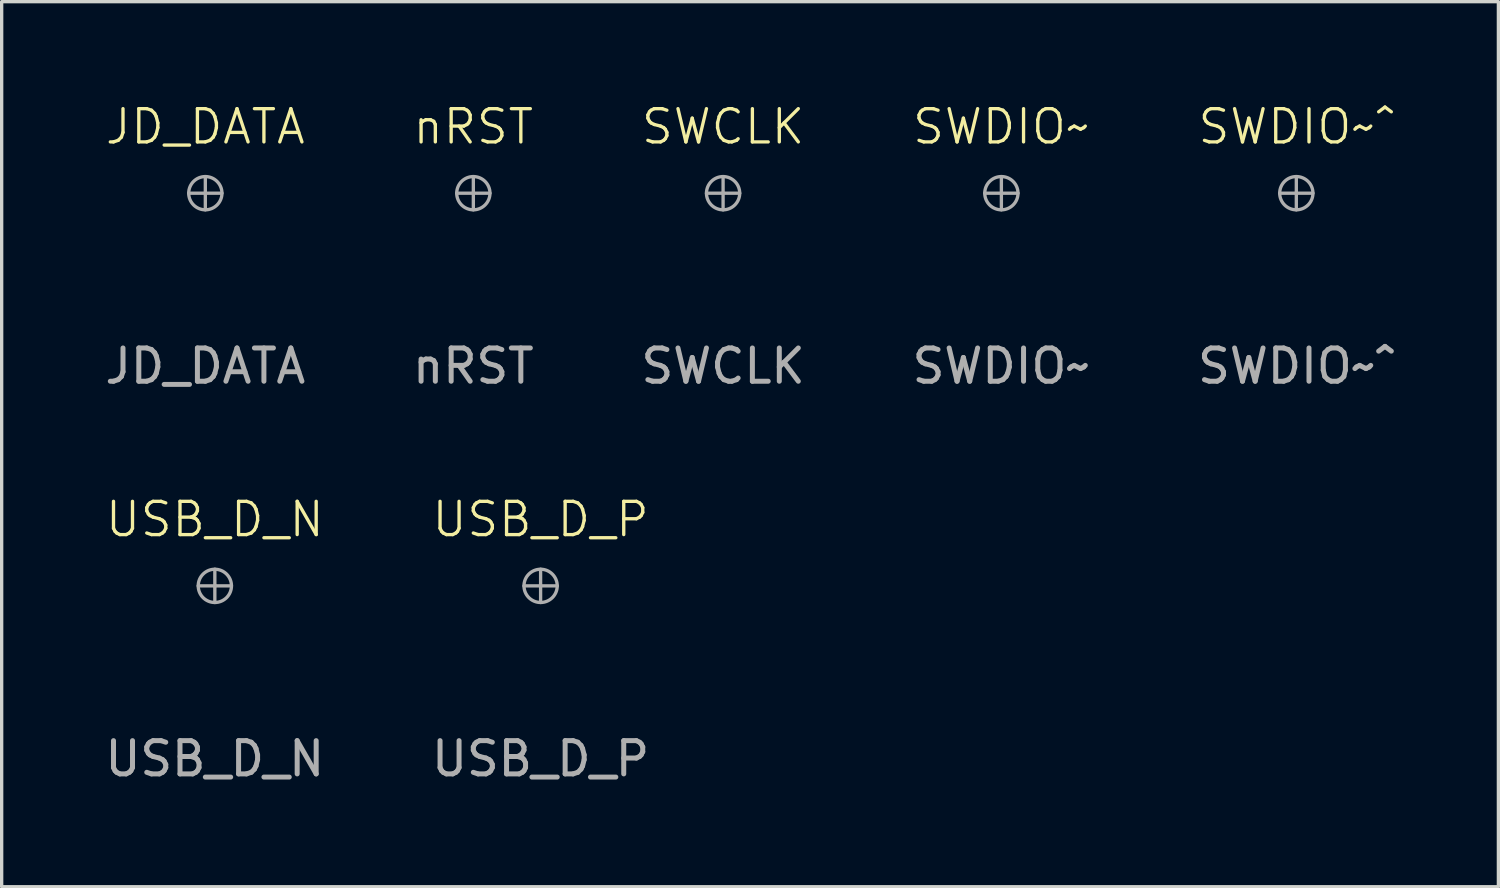
<source format=kicad_pcb>
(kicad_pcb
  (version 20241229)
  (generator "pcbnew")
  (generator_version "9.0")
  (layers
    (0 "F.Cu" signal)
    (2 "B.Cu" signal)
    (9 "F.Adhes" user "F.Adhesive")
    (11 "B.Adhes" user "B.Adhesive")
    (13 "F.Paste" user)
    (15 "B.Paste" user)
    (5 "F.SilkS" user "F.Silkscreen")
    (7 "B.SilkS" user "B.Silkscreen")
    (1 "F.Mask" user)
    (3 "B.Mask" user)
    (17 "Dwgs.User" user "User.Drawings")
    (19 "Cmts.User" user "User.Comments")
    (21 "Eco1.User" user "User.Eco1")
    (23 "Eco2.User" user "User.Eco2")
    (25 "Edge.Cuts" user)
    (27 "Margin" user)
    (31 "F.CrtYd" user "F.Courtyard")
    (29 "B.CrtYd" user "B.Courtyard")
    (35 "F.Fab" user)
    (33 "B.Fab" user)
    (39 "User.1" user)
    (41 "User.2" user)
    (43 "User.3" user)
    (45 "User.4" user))
  (footprint "USB_D_N"
    (layer "F.Cu")
    (at 3.411 14.569)
    (property "Reference" "USB_D_N" (at 0 -2 0) (unlocked yes) (layer "F.SilkS") (effects (font (size 1 1) (thickness 0.1))))
    (attr exclude_from_pos_files exclude_from_bom allow_missing_courtyard dnp)
    (fp_line (start -0.5 0) (end 0.5 0) (stroke (width 0.1) (type solid)) (layer "F.Fab"))
    (fp_line (start 0 -0.5) (end 0 0.5) (stroke (width 0.1) (type solid)) (layer "F.Fab"))
    (fp_circle (center 0 0) (end 0.5 0) (stroke (width 0.1) (type solid)) (fill no) (layer "F.Fab"))
    (fp_line (start 0 0) (end 0 0) (stroke (width 0.19) (type solid)) (layer "User.1"))
    (fp_text user "${REFERENCE}" (at 0 5.2 0) (unlocked yes) (layer "F.Fab") (effects (font (size 1 1) (thickness 0.15))))
    (pad "1" smd circle (at 0 0) (size 0.125 0.125) (layers "F.Cu"))
    (zone (net_name "") (layers "F.Cu" "B.Cu") (hatch edge 0.5) (connect_pads) (min_thickness 0.25) (filled_areas_thickness no) (keepout (tracks allowed) (vias not_allowed) (pads allowed) (copperpour not_allowed) (footprints allowed)) (placement (enabled no)) (fill) (polygon (pts (xy 3.906 14.5) (xy 3.873 14.374) (xy 3.807 14.261) (xy 3.715 14.168) (xy 3.602 14.103) (xy 3.476 14.069) (xy 3.345 14.069) (xy 3.219 14.103) (xy 3.106 14.168) (xy 3.014 14.261) (xy 2.949 14.374) (xy 2.915 14.5) (xy 2.915 14.63) (xy 2.949 14.756) (xy 3.014 14.869) (xy 3.106 14.962) (xy 3.219 15.027) (xy 3.345 15.061) (xy 3.476 15.061) (xy 3.602 15.027) (xy 3.715 14.962) (xy 3.807 14.869) (xy 3.873 14.756) (xy 3.906 14.63)))))
  (footprint "JD_DATA"
    (layer "F.Cu")
    (at 3.125 2.76)
    (property "Reference" "JD_DATA" (at 0 -2 0) (unlocked yes) (layer "F.SilkS") (effects (font (size 1 1) (thickness 0.1))))
    (attr exclude_from_pos_files exclude_from_bom allow_missing_courtyard dnp)
    (fp_line (start -0.5 0) (end 0.5 0) (stroke (width 0.1) (type solid)) (layer "F.Fab"))
    (fp_line (start 0 -0.5) (end 0 0.5) (stroke (width 0.1) (type solid)) (layer "F.Fab"))
    (fp_circle (center 0 0) (end 0.5 0) (stroke (width 0.1) (type solid)) (fill no) (layer "F.Fab"))
    (fp_line (start 0 0) (end 0 0) (stroke (width 0.13) (type solid)) (layer "User.1"))
    (fp_text user "${REFERENCE}" (at 0 5.2 0) (unlocked yes) (layer "F.Fab") (effects (font (size 1 1) (thickness 0.15))))
    (pad "1" smd circle (at 0 0) (size 0.125 0.125) (layers "F.Cu"))
    (zone (net_name "") (layers "F.Cu" "B.Cu") (hatch edge 0.5) (connect_pads) (min_thickness 0.25) (filled_areas_thickness no) (keepout (tracks allowed) (vias not_allowed) (pads allowed) (copperpour not_allowed) (footprints allowed)) (placement (enabled no)) (fill) (polygon (pts (xy 3.621 2.691) (xy 3.587 2.565) (xy 3.522 2.452) (xy 3.429 2.36) (xy 3.316 2.294) (xy 3.19 2.26) (xy 3.06 2.26) (xy 2.934 2.294) (xy 2.821 2.36) (xy 2.728 2.452) (xy 2.663 2.565) (xy 2.629 2.691) (xy 2.629 2.821) (xy 2.663 2.948) (xy 2.728 3.061) (xy 2.821 3.153) (xy 2.934 3.218) (xy 3.06 3.252) (xy 3.19 3.252) (xy 3.316 3.218) (xy 3.429 3.153) (xy 3.522 3.061) (xy 3.587 2.948) (xy 3.621 2.821)))))
  (footprint "SWDIO~"
    (layer "F.Cu")
    (at 27.065 2.76)
    (property "Reference" "SWDIO~" (at 0 -2 0) (unlocked yes) (layer "F.SilkS") (effects (font (size 1 1) (thickness 0.1))))
    (attr exclude_from_pos_files exclude_from_bom allow_missing_courtyard dnp)
    (fp_line (start -0.5 0) (end 0.5 0) (stroke (width 0.1) (type solid)) (layer "F.Fab"))
    (fp_line (start 0 -0.5) (end 0 0.5) (stroke (width 0.1) (type solid)) (layer "F.Fab"))
    (fp_circle (center 0 0) (end 0.5 0) (stroke (width 0.1) (type solid)) (fill no) (layer "F.Fab"))
    (fp_line (start 0 0) (end 0 0) (stroke (width 0.15) (type solid)) (layer "User.1"))
    (fp_text user "${REFERENCE}" (at 0 5.2 0) (unlocked yes) (layer "F.Fab") (effects (font (size 1 1) (thickness 0.15))))
    (pad "1" smd circle (at 0 0) (size 0.125 0.125) (layers "F.Cu"))
    (zone (net_name "") (layers "F.Cu" "B.Cu") (hatch edge 0.5) (connect_pads) (min_thickness 0.25) (filled_areas_thickness no) (keepout (tracks allowed) (vias not_allowed) (pads allowed) (copperpour not_allowed) (footprints allowed)) (placement (enabled no)) (fill) (polygon (pts (xy 27.561 2.691) (xy 27.527 2.565) (xy 27.462 2.452) (xy 27.37 2.36) (xy 27.257 2.294) (xy 27.131 2.26) (xy 27 2.26) (xy 26.874 2.294) (xy 26.761 2.36) (xy 26.669 2.452) (xy 26.604 2.565) (xy 26.57 2.691) (xy 26.57 2.821) (xy 26.604 2.948) (xy 26.669 3.061) (xy 26.761 3.153) (xy 26.874 3.218) (xy 27 3.252) (xy 27.131 3.252) (xy 27.257 3.218) (xy 27.37 3.153) (xy 27.462 3.061) (xy 27.527 2.948) (xy 27.561 2.821)))))
  (footprint "USB_D_P"
    (layer "F.Cu")
    (at 13.208 14.569)
    (property "Reference" "USB_D_P" (at 0 -2 0) (unlocked yes) (layer "F.SilkS") (effects (font (size 1 1) (thickness 0.1))))
    (attr exclude_from_pos_files exclude_from_bom allow_missing_courtyard dnp)
    (fp_line (start -0.5 0) (end 0.5 0) (stroke (width 0.1) (type solid)) (layer "F.Fab"))
    (fp_line (start 0 -0.5) (end 0 0.5) (stroke (width 0.1) (type solid)) (layer "F.Fab"))
    (fp_circle (center 0 0) (end 0.5 0) (stroke (width 0.1) (type solid)) (fill no) (layer "F.Fab"))
    (fp_line (start 0 0) (end 0 0) (stroke (width 0.18) (type solid)) (layer "User.1"))
    (fp_text user "${REFERENCE}" (at 0 5.2 0) (unlocked yes) (layer "F.Fab") (effects (font (size 1 1) (thickness 0.15))))
    (pad "1" smd circle (at 0 0) (size 0.125 0.125) (layers "F.Cu"))
    (zone (net_name "") (layers "F.Cu" "B.Cu") (hatch edge 0.5) (connect_pads) (min_thickness 0.25) (filled_areas_thickness no) (keepout (tracks allowed) (vias not_allowed) (pads allowed) (copperpour not_allowed) (footprints allowed)) (placement (enabled no)) (fill) (polygon (pts (xy 13.704 14.5) (xy 13.67 14.374) (xy 13.605 14.261) (xy 13.513 14.168) (xy 13.4 14.103) (xy 13.274 14.069) (xy 13.143 14.069) (xy 13.017 14.103) (xy 12.904 14.168) (xy 12.812 14.261) (xy 12.746 14.374) (xy 12.713 14.5) (xy 12.713 14.63) (xy 12.746 14.756) (xy 12.812 14.869) (xy 12.904 14.962) (xy 13.017 15.027) (xy 13.143 15.061) (xy 13.274 15.061) (xy 13.4 15.027) (xy 13.513 14.962) (xy 13.605 14.869) (xy 13.67 14.756) (xy 13.704 14.63)))))
  (footprint "SWDIO~^"
    (layer "F.Cu")
    (at 35.935 2.76)
    (property "Reference" "SWDIO~^" (at 0 -2 0) (unlocked yes) (layer "F.SilkS") (effects (font (size 1 1) (thickness 0.1))))
    (attr exclude_from_pos_files exclude_from_bom allow_missing_courtyard dnp)
    (fp_line (start -0.5 0) (end 0.5 0) (stroke (width 0.1) (type solid)) (layer "F.Fab"))
    (fp_line (start 0 -0.5) (end 0 0.5) (stroke (width 0.1) (type solid)) (layer "F.Fab"))
    (fp_circle (center 0 0) (end 0.5 0) (stroke (width 0.1) (type solid)) (fill no) (layer "F.Fab"))
    (fp_line (start 0 0) (end 0 0) (stroke (width 0.16) (type solid)) (layer "User.1"))
    (fp_text user "${REFERENCE}" (at 0 5.2 0) (unlocked yes) (layer "F.Fab") (effects (font (size 1 1) (thickness 0.15))))
    (pad "1" smd circle (at 0 0) (size 0.125 0.125) (layers "F.Cu"))
    (zone (net_name "") (layers "F.Cu" "B.Cu") (hatch edge 0.5) (connect_pads) (min_thickness 0.25) (filled_areas_thickness no) (keepout (tracks allowed) (vias not_allowed) (pads allowed) (copperpour not_allowed) (footprints allowed)) (placement (enabled no)) (fill) (polygon (pts (xy 36.43 2.691) (xy 36.396 2.565) (xy 36.331 2.452) (xy 36.239 2.36) (xy 36.126 2.294) (xy 36 2.26) (xy 35.869 2.26) (xy 35.743 2.294) (xy 35.63 2.36) (xy 35.538 2.452) (xy 35.473 2.565) (xy 35.439 2.691) (xy 35.439 2.821) (xy 35.473 2.948) (xy 35.538 3.061) (xy 35.63 3.153) (xy 35.743 3.218) (xy 35.869 3.252) (xy 36 3.252) (xy 36.126 3.218) (xy 36.239 3.153) (xy 36.331 3.061) (xy 36.396 2.948) (xy 36.43 2.821)))))
  (footprint "nRST"
    (layer "F.Cu")
    (at 11.185 2.76)
    (property "Reference" "nRST" (at 0 -2 0) (unlocked yes) (layer "F.SilkS") (effects (font (size 1 1) (thickness 0.1))))
    (attr exclude_from_pos_files exclude_from_bom allow_missing_courtyard dnp)
    (fp_line (start -0.5 0) (end 0.5 0) (stroke (width 0.1) (type solid)) (layer "F.Fab"))
    (fp_line (start 0 -0.5) (end 0 0.5) (stroke (width 0.1) (type solid)) (layer "F.Fab"))
    (fp_circle (center 0 0) (end 0.5 0) (stroke (width 0.1) (type solid)) (fill no) (layer "F.Fab"))
    (fp_line (start 0 0) (end 0 0) (stroke (width 0.17) (type solid)) (layer "User.1"))
    (fp_text user "${REFERENCE}" (at 0 5.2 0) (unlocked yes) (layer "F.Fab") (effects (font (size 1 1) (thickness 0.15))))
    (pad "1" smd circle (at 0 0) (size 0.125 0.125) (layers "F.Cu")))
  (footprint "SWCLK"
    (layer "F.Cu")
    (at 18.696 2.76)
    (property "Reference" "SWCLK" (at 0 -2 0) (unlocked yes) (layer "F.SilkS") (effects (font (size 1 1) (thickness 0.1))))
    (attr exclude_from_pos_files exclude_from_bom allow_missing_courtyard dnp)
    (fp_line (start -0.5 0) (end 0.5 0) (stroke (width 0.1) (type solid)) (layer "F.Fab"))
    (fp_line (start 0 -0.5) (end 0 0.5) (stroke (width 0.1) (type solid)) (layer "F.Fab"))
    (fp_circle (center 0 0) (end 0.5 0) (stroke (width 0.1) (type solid)) (fill no) (layer "F.Fab"))
    (fp_line (start 0 0) (end 0 0) (stroke (width 0.14) (type solid)) (layer "User.1"))
    (fp_text user "${REFERENCE}" (at 0 5.2 0) (unlocked yes) (layer "F.Fab") (effects (font (size 1 1) (thickness 0.15))))
    (pad "1" smd circle (at 0 0) (size 0.125 0.125) (layers "F.Cu")))
  (gr_rect
    (start -3 -3)
    (end 42.012 23.617)
    (stroke (width 0.1) (type default))
    (fill no)
    (layer "Edge.Cuts")))
</source>
